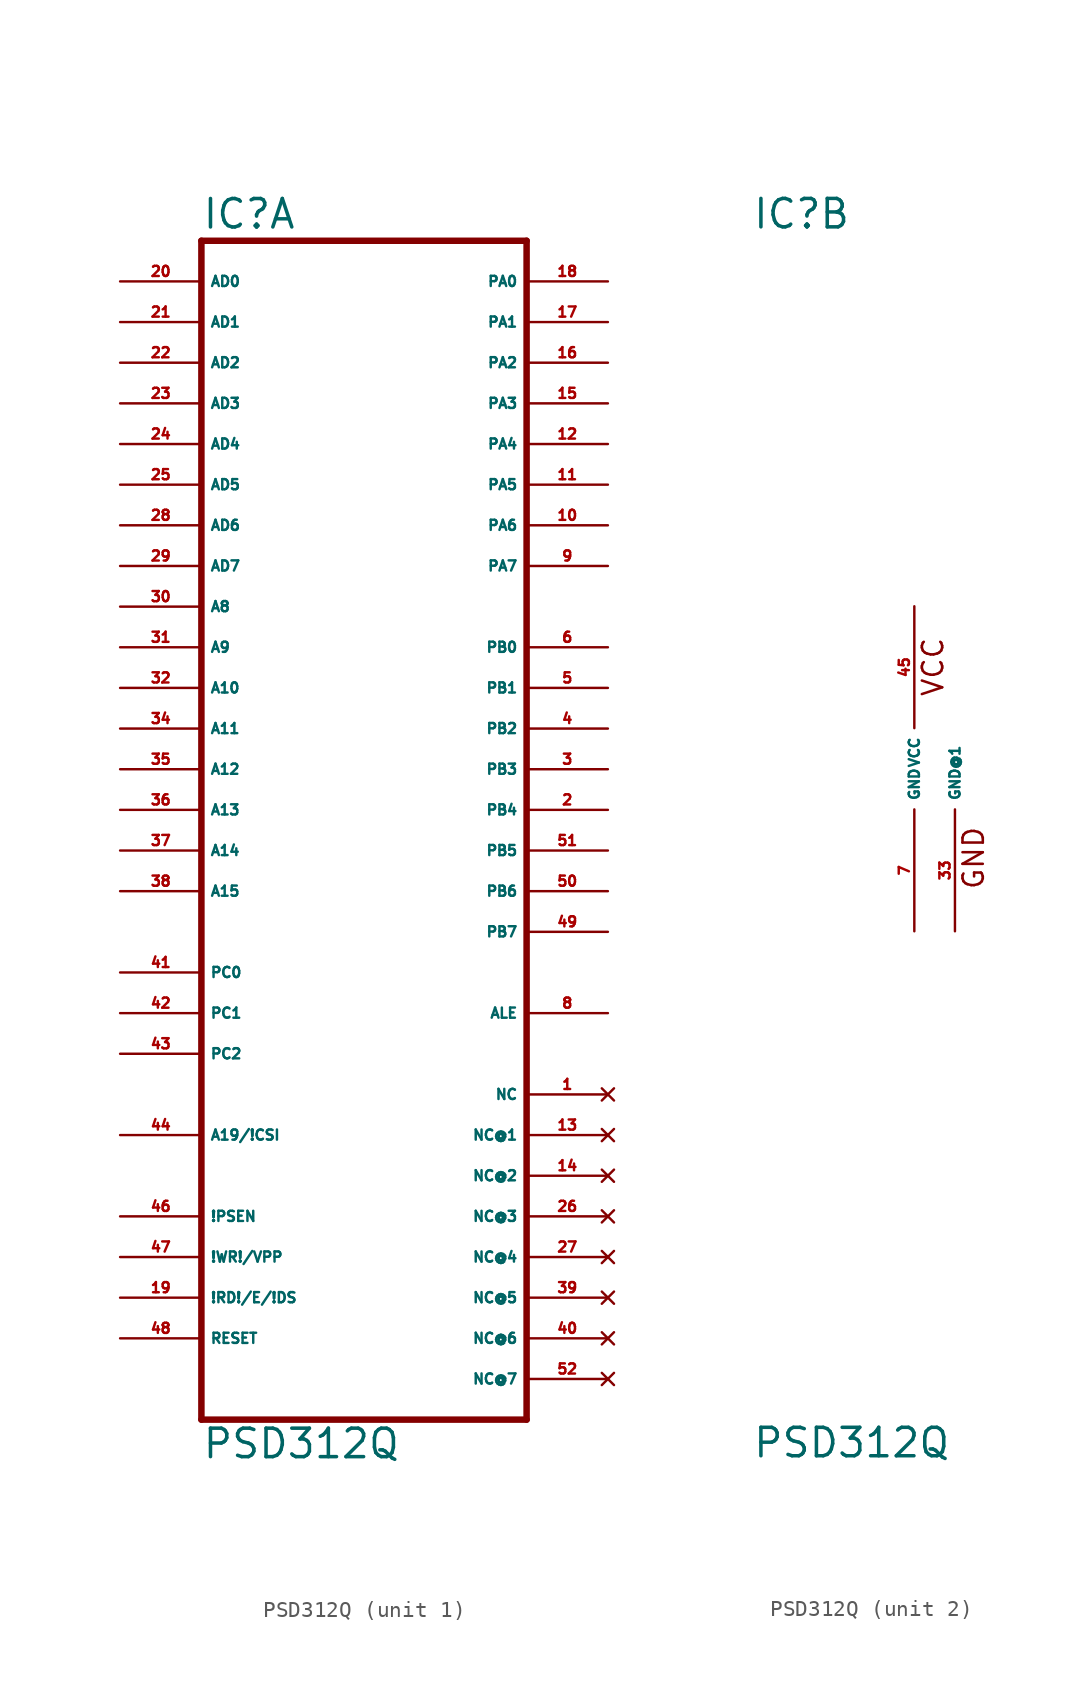
<source format=kicad_sym>
(kicad_symbol_lib
  (version 20220914)
  (generator Eagle2Kicad)
  (symbol "PSD312Q"
    (property "Reference" "IC"
      (at -10.16 33.655 0)
      (effects (font (size 1.778 1.778) (thickness 0.22)) (justify left bottom)))
    (property "Value" "PSD312Q"
      (at -10.16 -43.18 0)
      (effects (font (size 1.778 1.778) (thickness 0.22)) (justify left bottom)))
    (symbol "PSD312Q_1_0"
      (polyline (pts (xy -10.16 -40.64) (xy 10.16 -40.64)) (stroke (width 0.406) (type default)) (fill (type none)))
      (polyline (pts (xy 10.16 -40.64) (xy 10.16 33.02)) (stroke (width 0.406) (type default)) (fill (type none)))
      (polyline (pts (xy 10.16 33.02) (xy -10.16 33.02)) (stroke (width 0.406) (type default)) (fill (type none)))
      (polyline (pts (xy -10.16 33.02) (xy -10.16 -40.64)) (stroke (width 0.406) (type default)) (fill (type none)))
      (pin input line (at -15.24 30.48 0) (length 5.08) (name "AD0" (effects (font (size 0.635 0.635) (thickness 0.08)) (justify left bottom))) (number "20" (effects (font (size 0.635 0.635) (thickness 0.08)) (justify left bottom))))
      (pin input line (at -15.24 27.94 0) (length 5.08) (name "AD1" (effects (font (size 0.635 0.635) (thickness 0.08)) (justify left bottom))) (number "21" (effects (font (size 0.635 0.635) (thickness 0.08)) (justify left bottom))))
      (pin input line (at -15.24 25.4 0) (length 5.08) (name "AD2" (effects (font (size 0.635 0.635) (thickness 0.08)) (justify left bottom))) (number "22" (effects (font (size 0.635 0.635) (thickness 0.08)) (justify left bottom))))
      (pin input line (at -15.24 22.86 0) (length 5.08) (name "AD3" (effects (font (size 0.635 0.635) (thickness 0.08)) (justify left bottom))) (number "23" (effects (font (size 0.635 0.635) (thickness 0.08)) (justify left bottom))))
      (pin input line (at -15.24 20.32 0) (length 5.08) (name "AD4" (effects (font (size 0.635 0.635) (thickness 0.08)) (justify left bottom))) (number "24" (effects (font (size 0.635 0.635) (thickness 0.08)) (justify left bottom))))
      (pin input line (at -15.24 17.78 0) (length 5.08) (name "AD5" (effects (font (size 0.635 0.635) (thickness 0.08)) (justify left bottom))) (number "25" (effects (font (size 0.635 0.635) (thickness 0.08)) (justify left bottom))))
      (pin input line (at -15.24 15.24 0) (length 5.08) (name "AD6" (effects (font (size 0.635 0.635) (thickness 0.08)) (justify left bottom))) (number "28" (effects (font (size 0.635 0.635) (thickness 0.08)) (justify left bottom))))
      (pin input line (at -15.24 12.7 0) (length 5.08) (name "AD7" (effects (font (size 0.635 0.635) (thickness 0.08)) (justify left bottom))) (number "29" (effects (font (size 0.635 0.635) (thickness 0.08)) (justify left bottom))))
      (pin input line (at -15.24 10.16 0) (length 5.08) (name "A8" (effects (font (size 0.635 0.635) (thickness 0.08)) (justify left bottom))) (number "30" (effects (font (size 0.635 0.635) (thickness 0.08)) (justify left bottom))))
      (pin input line (at -15.24 7.62 0) (length 5.08) (name "A9" (effects (font (size 0.635 0.635) (thickness 0.08)) (justify left bottom))) (number "31" (effects (font (size 0.635 0.635) (thickness 0.08)) (justify left bottom))))
      (pin input line (at -15.24 5.08 0) (length 5.08) (name "A10" (effects (font (size 0.635 0.635) (thickness 0.08)) (justify left bottom))) (number "32" (effects (font (size 0.635 0.635) (thickness 0.08)) (justify left bottom))))
      (pin input line (at -15.24 2.54 0) (length 5.08) (name "A11" (effects (font (size 0.635 0.635) (thickness 0.08)) (justify left bottom))) (number "34" (effects (font (size 0.635 0.635) (thickness 0.08)) (justify left bottom))))
      (pin input line (at -15.24 0 0) (length 5.08) (name "A12" (effects (font (size 0.635 0.635) (thickness 0.08)) (justify left bottom))) (number "35" (effects (font (size 0.635 0.635) (thickness 0.08)) (justify left bottom))))
      (pin input line (at -15.24 -2.54 0) (length 5.08) (name "A13" (effects (font (size 0.635 0.635) (thickness 0.08)) (justify left bottom))) (number "36" (effects (font (size 0.635 0.635) (thickness 0.08)) (justify left bottom))))
      (pin input line (at -15.24 -5.08 0) (length 5.08) (name "A14" (effects (font (size 0.635 0.635) (thickness 0.08)) (justify left bottom))) (number "37" (effects (font (size 0.635 0.635) (thickness 0.08)) (justify left bottom))))
      (pin input line (at -15.24 -7.62 0) (length 5.08) (name "A15" (effects (font (size 0.635 0.635) (thickness 0.08)) (justify left bottom))) (number "38" (effects (font (size 0.635 0.635) (thickness 0.08)) (justify left bottom))))
      (pin input line (at -15.24 -12.7 0) (length 5.08) (name "PC0" (effects (font (size 0.635 0.635) (thickness 0.08)) (justify left bottom))) (number "41" (effects (font (size 0.635 0.635) (thickness 0.08)) (justify left bottom))))
      (pin input line (at -15.24 -15.24 0) (length 5.08) (name "PC1" (effects (font (size 0.635 0.635) (thickness 0.08)) (justify left bottom))) (number "42" (effects (font (size 0.635 0.635) (thickness 0.08)) (justify left bottom))))
      (pin input line (at -15.24 -17.78 0) (length 5.08) (name "PC2" (effects (font (size 0.635 0.635) (thickness 0.08)) (justify left bottom))) (number "43" (effects (font (size 0.635 0.635) (thickness 0.08)) (justify left bottom))))
      (pin input line (at -15.24 -22.86 0) (length 5.08) (name "A19/!CSI" (effects (font (size 0.635 0.635) (thickness 0.08)) (justify left bottom))) (number "44" (effects (font (size 0.635 0.635) (thickness 0.08)) (justify left bottom))))
      (pin bidirectional line (at 15.24 30.48 180) (length 5.08) (name "PA0" (effects (font (size 0.635 0.635) (thickness 0.08)) (justify left bottom))) (number "18" (effects (font (size 0.635 0.635) (thickness 0.08)) (justify left bottom))))
      (pin bidirectional line (at 15.24 27.94 180) (length 5.08) (name "PA1" (effects (font (size 0.635 0.635) (thickness 0.08)) (justify left bottom))) (number "17" (effects (font (size 0.635 0.635) (thickness 0.08)) (justify left bottom))))
      (pin bidirectional line (at 15.24 25.4 180) (length 5.08) (name "PA2" (effects (font (size 0.635 0.635) (thickness 0.08)) (justify left bottom))) (number "16" (effects (font (size 0.635 0.635) (thickness 0.08)) (justify left bottom))))
      (pin bidirectional line (at 15.24 22.86 180) (length 5.08) (name "PA3" (effects (font (size 0.635 0.635) (thickness 0.08)) (justify left bottom))) (number "15" (effects (font (size 0.635 0.635) (thickness 0.08)) (justify left bottom))))
      (pin bidirectional line (at 15.24 20.32 180) (length 5.08) (name "PA4" (effects (font (size 0.635 0.635) (thickness 0.08)) (justify left bottom))) (number "12" (effects (font (size 0.635 0.635) (thickness 0.08)) (justify left bottom))))
      (pin bidirectional line (at 15.24 17.78 180) (length 5.08) (name "PA5" (effects (font (size 0.635 0.635) (thickness 0.08)) (justify left bottom))) (number "11" (effects (font (size 0.635 0.635) (thickness 0.08)) (justify left bottom))))
      (pin bidirectional line (at 15.24 15.24 180) (length 5.08) (name "PA6" (effects (font (size 0.635 0.635) (thickness 0.08)) (justify left bottom))) (number "10" (effects (font (size 0.635 0.635) (thickness 0.08)) (justify left bottom))))
      (pin bidirectional line (at 15.24 12.7 180) (length 5.08) (name "PA7" (effects (font (size 0.635 0.635) (thickness 0.08)) (justify left bottom))) (number "9" (effects (font (size 0.635 0.635) (thickness 0.08)) (justify left bottom))))
      (pin output line (at 15.24 7.62 180) (length 5.08) (name "PB0" (effects (font (size 0.635 0.635) (thickness 0.08)) (justify left bottom))) (number "6" (effects (font (size 0.635 0.635) (thickness 0.08)) (justify left bottom))))
      (pin output line (at 15.24 5.08 180) (length 5.08) (name "PB1" (effects (font (size 0.635 0.635) (thickness 0.08)) (justify left bottom))) (number "5" (effects (font (size 0.635 0.635) (thickness 0.08)) (justify left bottom))))
      (pin output line (at 15.24 2.54 180) (length 5.08) (name "PB2" (effects (font (size 0.635 0.635) (thickness 0.08)) (justify left bottom))) (number "4" (effects (font (size 0.635 0.635) (thickness 0.08)) (justify left bottom))))
      (pin output line (at 15.24 0 180) (length 5.08) (name "PB3" (effects (font (size 0.635 0.635) (thickness 0.08)) (justify left bottom))) (number "3" (effects (font (size 0.635 0.635) (thickness 0.08)) (justify left bottom))))
      (pin output line (at 15.24 -2.54 180) (length 5.08) (name "PB4" (effects (font (size 0.635 0.635) (thickness 0.08)) (justify left bottom))) (number "2" (effects (font (size 0.635 0.635) (thickness 0.08)) (justify left bottom))))
      (pin output line (at 15.24 -5.08 180) (length 5.08) (name "PB5" (effects (font (size 0.635 0.635) (thickness 0.08)) (justify left bottom))) (number "51" (effects (font (size 0.635 0.635) (thickness 0.08)) (justify left bottom))))
      (pin output line (at 15.24 -7.62 180) (length 5.08) (name "PB6" (effects (font (size 0.635 0.635) (thickness 0.08)) (justify left bottom))) (number "50" (effects (font (size 0.635 0.635) (thickness 0.08)) (justify left bottom))))
      (pin output line (at 15.24 -10.16 180) (length 5.08) (name "PB7" (effects (font (size 0.635 0.635) (thickness 0.08)) (justify left bottom))) (number "49" (effects (font (size 0.635 0.635) (thickness 0.08)) (justify left bottom))))
      (pin output line (at 15.24 -15.24 180) (length 5.08) (name "ALE" (effects (font (size 0.635 0.635) (thickness 0.08)) (justify left bottom))) (number "8" (effects (font (size 0.635 0.635) (thickness 0.08)) (justify left bottom))))
      (pin input line (at -15.24 -27.94 0) (length 5.08) (name "!PSEN" (effects (font (size 0.635 0.635) (thickness 0.08)) (justify left bottom))) (number "46" (effects (font (size 0.635 0.635) (thickness 0.08)) (justify left bottom))))
      (pin input line (at -15.24 -30.48 0) (length 5.08) (name "!WR!/VPP" (effects (font (size 0.635 0.635) (thickness 0.08)) (justify left bottom))) (number "47" (effects (font (size 0.635 0.635) (thickness 0.08)) (justify left bottom))))
      (pin input line (at -15.24 -33.02 0) (length 5.08) (name "!RD!/E/!DS" (effects (font (size 0.635 0.635) (thickness 0.08)) (justify left bottom))) (number "19" (effects (font (size 0.635 0.635) (thickness 0.08)) (justify left bottom))))
      (pin input line (at -15.24 -35.56 0) (length 5.08) (name "RESET" (effects (font (size 0.635 0.635) (thickness 0.08)) (justify left bottom))) (number "48" (effects (font (size 0.635 0.635) (thickness 0.08)) (justify left bottom))))
      (pin no_connect line (at 15.24 -20.32 180) (length 5.08) (name "NC" (effects (font (size 0.635 0.635) (thickness 0.08)) (justify left bottom) hide)) (number "1" (effects (font (size 0.635 0.635) (thickness 0.08)) (justify left bottom) hide)))
      (pin no_connect line (at 15.24 -22.86 180) (length 5.08) (name "NC@1" (effects (font (size 0.635 0.635) (thickness 0.08)) (justify left bottom) hide)) (number "13" (effects (font (size 0.635 0.635) (thickness 0.08)) (justify left bottom) hide)))
      (pin no_connect line (at 15.24 -25.4 180) (length 5.08) (name "NC@2" (effects (font (size 0.635 0.635) (thickness 0.08)) (justify left bottom) hide)) (number "14" (effects (font (size 0.635 0.635) (thickness 0.08)) (justify left bottom) hide)))
      (pin no_connect line (at 15.24 -27.94 180) (length 5.08) (name "NC@3" (effects (font (size 0.635 0.635) (thickness 0.08)) (justify left bottom) hide)) (number "26" (effects (font (size 0.635 0.635) (thickness 0.08)) (justify left bottom) hide)))
      (pin no_connect line (at 15.24 -30.48 180) (length 5.08) (name "NC@4" (effects (font (size 0.635 0.635) (thickness 0.08)) (justify left bottom) hide)) (number "27" (effects (font (size 0.635 0.635) (thickness 0.08)) (justify left bottom) hide)))
      (pin no_connect line (at 15.24 -33.02 180) (length 5.08) (name "NC@5" (effects (font (size 0.635 0.635) (thickness 0.08)) (justify left bottom) hide)) (number "39" (effects (font (size 0.635 0.635) (thickness 0.08)) (justify left bottom) hide)))
      (pin no_connect line (at 15.24 -35.56 180) (length 5.08) (name "NC@6" (effects (font (size 0.635 0.635) (thickness 0.08)) (justify left bottom) hide)) (number "40" (effects (font (size 0.635 0.635) (thickness 0.08)) (justify left bottom) hide)))
      (pin no_connect line (at 15.24 -38.1 180) (length 5.08) (name "NC@7" (effects (font (size 0.635 0.635) (thickness 0.08)) (justify left bottom) hide)) (number "52" (effects (font (size 0.635 0.635) (thickness 0.08)) (justify left bottom) hide))))
    (symbol "PSD312Q_2_0"
      (text "VCC" (at 1.905 4.445 900) (effects (font (size 1.27 1.27) (thickness 0.16)) (justify left bottom)))
      (text "GND" (at 4.445 -7.62 900) (effects (font (size 1.27 1.27) (thickness 0.16)) (justify left bottom)))
      (pin unspecified line (at 0 10.16 270) (length 7.62) (name "VCC" (effects (font (size 0.635 0.635) (thickness 0.08)) (justify left bottom))) (number "45" (effects (font (size 0.635 0.635) (thickness 0.08)) (justify left bottom))))
      (pin unspecified line (at 0 -10.16 90) (length 7.62) (name "GND" (effects (font (size 0.635 0.635) (thickness 0.08)) (justify left bottom))) (number "7" (effects (font (size 0.635 0.635) (thickness 0.08)) (justify left bottom))))
      (pin unspecified line (at 2.54 -10.16 90) (length 7.62) (name "GND@1" (effects (font (size 0.635 0.635) (thickness 0.08)) (justify left bottom))) (number "33" (effects (font (size 0.635 0.635) (thickness 0.08)) (justify left bottom)))))))
</source>
